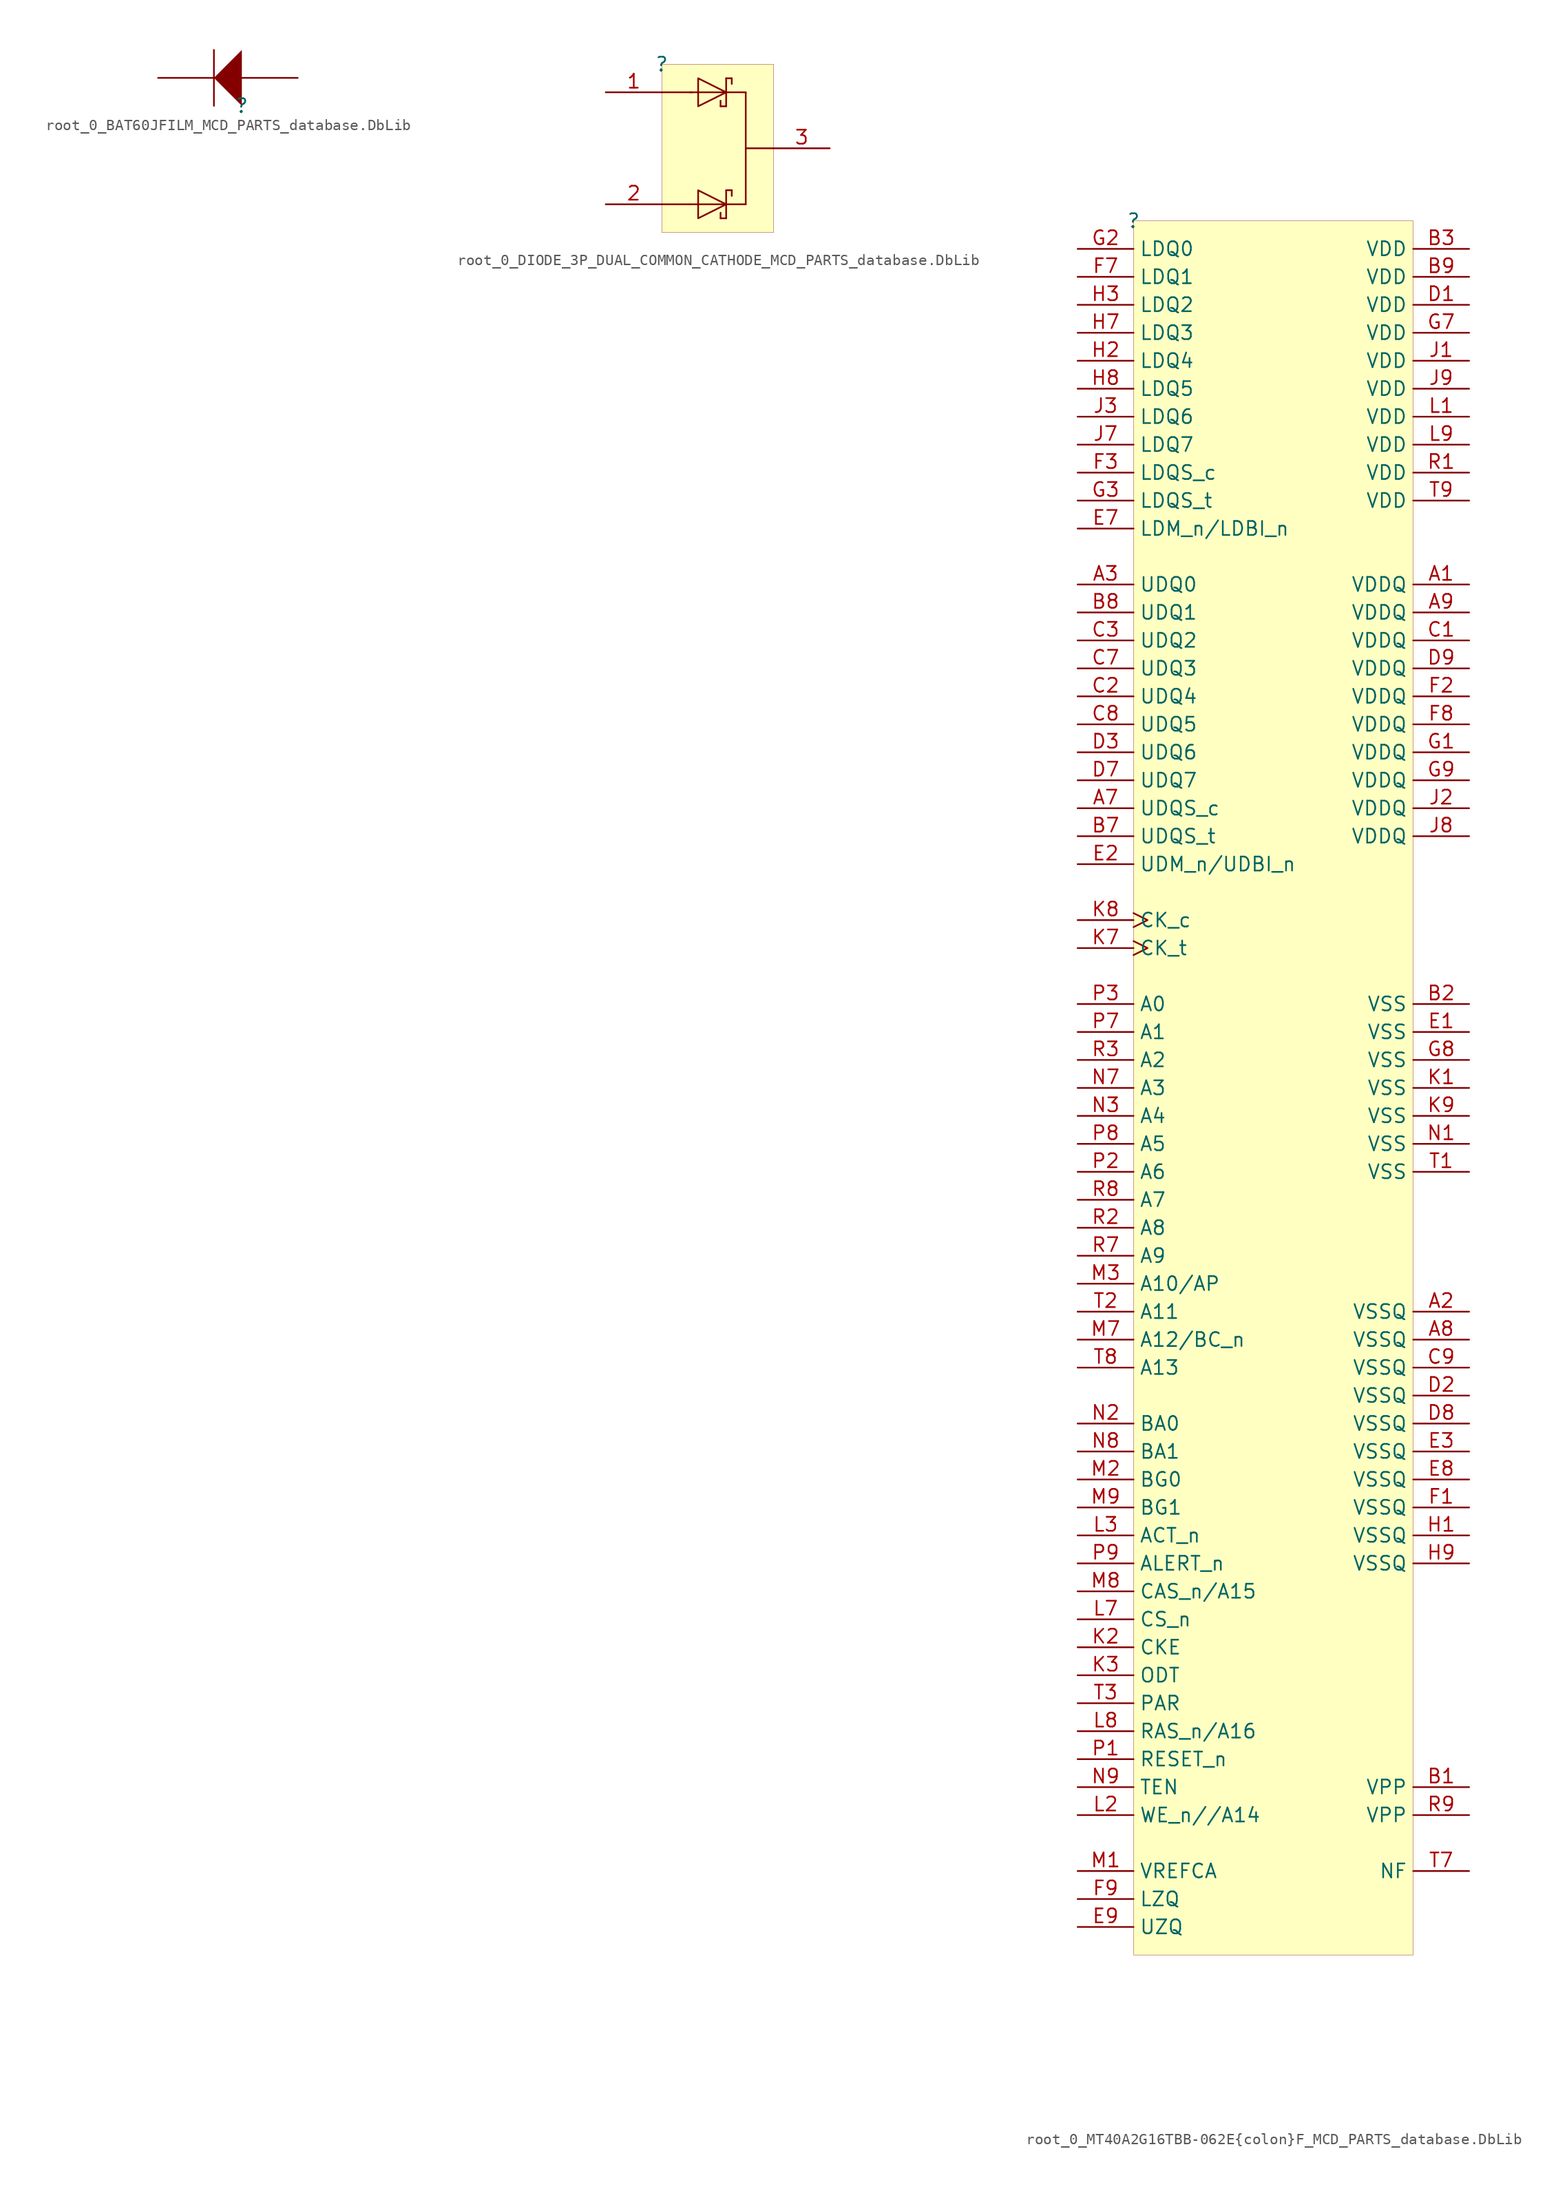
<source format=kicad_sym>
(kicad_symbol_lib
  (version 20241209)
  (generator "kicad_symbol_editor")
  (generator_version "9.0")
  (symbol "root_0_BAT60JFILM_MCD_PARTS_database.DbLib"
    (pin_numbers
      (hide yes))
    (pin_names
      (hide yes))
    (property "Reference" ""
      (at 0 0 0)
      (effects (font (size 1.27 1.27))))
    (property "Value" ""
      (at 0 0 0)
      (effects (font (size 1.27 1.27))))
    (symbol "root_0_BAT60JFILM_MCD_PARTS_database.DbLib_1_0"
      (polyline (pts (xy -2.54 0) (xy -2.54 5.08)) (stroke (width 0) (type solid)) (fill (type none)))
      (polyline (pts (xy 0 5.08) (xy -2.54 2.54) (xy 0 0) (xy 0 5.08)) (stroke (width -0.0001) (type solid)) (fill (type outline)))
      (pin passive line (at -7.62 2.54 0) (length 5.08) (name "K" (effects (font (size 1.27 1.27)))) (number "2" (effects (font (size 1.27 1.27)))))
      (pin passive line (at 5.08 2.54 180) (length 5.08) (name "A" (effects (font (size 1.27 1.27)))) (number "1" (effects (font (size 1.27 1.27)))))))
  (symbol "root_0_DIODE_3P_DUAL_COMMON_CATHODE_MCD_PARTS_database.DbLib"
    (pin_names
      (hide yes))
    (property "Reference" ""
      (at 0 0 0)
      (effects (font (size 1.27 1.27))))
    (property "Value" ""
      (at 0 0 0)
      (effects (font (size 1.27 1.27))))
    (symbol "root_0_DIODE_3P_DUAL_COMMON_CATHODE_MCD_PARTS_database.DbLib_1_0"
      (polyline (pts (xy 0 -2.54) (xy 2.794 -2.54)) (stroke (width 0) (type solid)) (fill (type none)))
      (polyline (pts (xy 0 -12.7) (xy 2.54 -12.7)) (stroke (width 0) (type solid)) (fill (type none)))
      (polyline (pts (xy 2.54 -2.54) (xy 7.62 -2.54)) (stroke (width 0) (type solid)) (fill (type none)))
      (polyline (pts (xy 3.302 -1.27) (xy 3.302 -1.27) (xy 3.302 -3.81) (xy 5.842 -2.54) (xy 3.302 -1.27) (xy 3.302 -1.27)) (stroke (width 0) (type solid)) (fill (type background)))
      (polyline (pts (xy 3.302 -11.43) (xy 3.302 -11.43) (xy 3.302 -13.97) (xy 5.842 -12.7) (xy 3.302 -11.43) (xy 3.302 -11.43)) (stroke (width 0) (type solid)) (fill (type background)))
      (polyline (pts (xy 5.334 -3.81) (xy 5.334 -3.302)) (stroke (width 0) (type solid)) (fill (type none)))
      (polyline (pts (xy 5.334 -3.81) (xy 5.842 -3.81)) (stroke (width 0) (type solid)) (fill (type none)))
      (polyline (pts (xy 5.334 -13.97) (xy 5.334 -13.462)) (stroke (width 0) (type solid)) (fill (type none)))
      (polyline (pts (xy 5.336 -13.97) (xy 5.854 -13.97)) (stroke (width 0) (type solid)) (fill (type none)))
      (polyline (pts (xy 5.842 -1.27) (xy 6.35 -1.27)) (stroke (width 0) (type solid)) (fill (type none)))
      (polyline (pts (xy 5.842 -3.81) (xy 5.842 -1.27)) (stroke (width 0) (type solid)) (fill (type none)))
      (polyline (pts (xy 5.842 -13.97) (xy 5.842 -11.43)) (stroke (width 0) (type solid)) (fill (type none)))
      (polyline (pts (xy 6.35 -1.778) (xy 6.35 -1.27)) (stroke (width 0) (type solid)) (fill (type none)))
      (polyline (pts (xy 6.35 -11.938) (xy 6.35 -11.43)) (stroke (width 0) (type solid)) (fill (type none)))
      (polyline (pts (xy 6.363 -11.423) (xy 5.846 -11.423)) (stroke (width 0) (type solid)) (fill (type none)))
      (polyline (pts (xy 7.62 -7.62) (xy 10.16 -7.62)) (stroke (width 0) (type solid)) (fill (type none)))
      (polyline (pts (xy 7.62 -12.7) (xy 2.54 -12.7)) (stroke (width 0) (type solid)) (fill (type none)))
      (polyline (pts (xy 7.62 -12.7) (xy 7.62 -2.54)) (stroke (width 0) (type solid)) (fill (type none)))
      (rectangle (start 10.16 0) (end 0 -15.24) (stroke (width 0.025) (type solid) (color 128 0 0 1)) (fill (type background)))
      (pin passive line (at -5.08 -2.54 0) (length 5.08) (name "1" (effects (font (size 1.27 1.27)))) (number "1" (effects (font (size 1.27 1.27)))))
      (pin passive line (at -5.08 -12.7 0) (length 5.08) (name "2" (effects (font (size 1.27 1.27)))) (number "2" (effects (font (size 1.27 1.27)))))
      (pin passive line (at 15.24 -7.62 180) (length 5.08) (name "3" (effects (font (size 1.27 1.27)))) (number "3" (effects (font (size 1.27 1.27)))))))
  (symbol "root_0_MT40A2G16TBB-062E{colon}F_MCD_PARTS_database.DbLib"
    (property "Reference" ""
      (at 0 0 0)
      (effects (font (size 1.27 1.27))))
    (property "Value" ""
      (at 0 0 0)
      (effects (font (size 1.27 1.27))))
    (symbol "root_0_MT40A2G16TBB-062E{colon}F_MCD_PARTS_database.DbLib_1_0"
      (rectangle (start 25.4 0) (end 0 -157.48) (stroke (width 0.025) (type solid) (color 128 0 0 1)) (fill (type background)))
      (pin bidirectional line (at -5.08 -2.54 0) (length 5.08) (name "LDQ0" (effects (font (size 1.27 1.27)))) (number "G2" (effects (font (size 1.27 1.27)))))
      (pin bidirectional line (at -5.08 -5.08 0) (length 5.08) (name "LDQ1" (effects (font (size 1.27 1.27)))) (number "F7" (effects (font (size 1.27 1.27)))))
      (pin bidirectional line (at -5.08 -7.62 0) (length 5.08) (name "LDQ2" (effects (font (size 1.27 1.27)))) (number "H3" (effects (font (size 1.27 1.27)))))
      (pin bidirectional line (at -5.08 -10.16 0) (length 5.08) (name "LDQ3" (effects (font (size 1.27 1.27)))) (number "H7" (effects (font (size 1.27 1.27)))))
      (pin bidirectional line (at -5.08 -12.7 0) (length 5.08) (name "LDQ4" (effects (font (size 1.27 1.27)))) (number "H2" (effects (font (size 1.27 1.27)))))
      (pin bidirectional line (at -5.08 -15.24 0) (length 5.08) (name "LDQ5" (effects (font (size 1.27 1.27)))) (number "H8" (effects (font (size 1.27 1.27)))))
      (pin bidirectional line (at -5.08 -17.78 0) (length 5.08) (name "LDQ6" (effects (font (size 1.27 1.27)))) (number "J3" (effects (font (size 1.27 1.27)))))
      (pin bidirectional line (at -5.08 -20.32 0) (length 5.08) (name "LDQ7" (effects (font (size 1.27 1.27)))) (number "J7" (effects (font (size 1.27 1.27)))))
      (pin bidirectional line (at -5.08 -22.86 0) (length 5.08) (name "LDQS_c" (effects (font (size 1.27 1.27)))) (number "F3" (effects (font (size 1.27 1.27)))))
      (pin bidirectional line (at -5.08 -25.4 0) (length 5.08) (name "LDQS_t" (effects (font (size 1.27 1.27)))) (number "G3" (effects (font (size 1.27 1.27)))))
      (pin input line (at -5.08 -27.94 0) (length 5.08) (name "LDM_n/LDBI_n" (effects (font (size 1.27 1.27)))) (number "E7" (effects (font (size 1.27 1.27)))))
      (pin bidirectional line (at -5.08 -33.02 0) (length 5.08) (name "UDQ0" (effects (font (size 1.27 1.27)))) (number "A3" (effects (font (size 1.27 1.27)))))
      (pin bidirectional line (at -5.08 -35.56 0) (length 5.08) (name "UDQ1" (effects (font (size 1.27 1.27)))) (number "B8" (effects (font (size 1.27 1.27)))))
      (pin bidirectional line (at -5.08 -38.1 0) (length 5.08) (name "UDQ2" (effects (font (size 1.27 1.27)))) (number "C3" (effects (font (size 1.27 1.27)))))
      (pin bidirectional line (at -5.08 -40.64 0) (length 5.08) (name "UDQ3" (effects (font (size 1.27 1.27)))) (number "C7" (effects (font (size 1.27 1.27)))))
      (pin bidirectional line (at -5.08 -43.18 0) (length 5.08) (name "UDQ4" (effects (font (size 1.27 1.27)))) (number "C2" (effects (font (size 1.27 1.27)))))
      (pin bidirectional line (at -5.08 -45.72 0) (length 5.08) (name "UDQ5" (effects (font (size 1.27 1.27)))) (number "C8" (effects (font (size 1.27 1.27)))))
      (pin bidirectional line (at -5.08 -48.26 0) (length 5.08) (name "UDQ6" (effects (font (size 1.27 1.27)))) (number "D3" (effects (font (size 1.27 1.27)))))
      (pin bidirectional line (at -5.08 -50.8 0) (length 5.08) (name "UDQ7" (effects (font (size 1.27 1.27)))) (number "D7" (effects (font (size 1.27 1.27)))))
      (pin bidirectional line (at -5.08 -53.34 0) (length 5.08) (name "UDQS_c" (effects (font (size 1.27 1.27)))) (number "A7" (effects (font (size 1.27 1.27)))))
      (pin bidirectional line (at -5.08 -55.88 0) (length 5.08) (name "UDQS_t" (effects (font (size 1.27 1.27)))) (number "B7" (effects (font (size 1.27 1.27)))))
      (pin input line (at -5.08 -58.42 0) (length 5.08) (name "UDM_n/UDBI_n" (effects (font (size 1.27 1.27)))) (number "E2" (effects (font (size 1.27 1.27)))))
      (pin input clock (at -5.08 -63.5 0) (length 5.08) (name "CK_c" (effects (font (size 1.27 1.27)))) (number "K8" (effects (font (size 1.27 1.27)))))
      (pin input clock (at -5.08 -66.04 0) (length 5.08) (name "CK_t" (effects (font (size 1.27 1.27)))) (number "K7" (effects (font (size 1.27 1.27)))))
      (pin input line (at -5.08 -71.12 0) (length 5.08) (name "A0" (effects (font (size 1.27 1.27)))) (number "P3" (effects (font (size 1.27 1.27)))))
      (pin input line (at -5.08 -73.66 0) (length 5.08) (name "A1" (effects (font (size 1.27 1.27)))) (number "P7" (effects (font (size 1.27 1.27)))))
      (pin input line (at -5.08 -76.2 0) (length 5.08) (name "A2" (effects (font (size 1.27 1.27)))) (number "R3" (effects (font (size 1.27 1.27)))))
      (pin input line (at -5.08 -78.74 0) (length 5.08) (name "A3" (effects (font (size 1.27 1.27)))) (number "N7" (effects (font (size 1.27 1.27)))))
      (pin input line (at -5.08 -81.28 0) (length 5.08) (name "A4" (effects (font (size 1.27 1.27)))) (number "N3" (effects (font (size 1.27 1.27)))))
      (pin input line (at -5.08 -83.82 0) (length 5.08) (name "A5" (effects (font (size 1.27 1.27)))) (number "P8" (effects (font (size 1.27 1.27)))))
      (pin input line (at -5.08 -86.36 0) (length 5.08) (name "A6" (effects (font (size 1.27 1.27)))) (number "P2" (effects (font (size 1.27 1.27)))))
      (pin input line (at -5.08 -88.9 0) (length 5.08) (name "A7" (effects (font (size 1.27 1.27)))) (number "R8" (effects (font (size 1.27 1.27)))))
      (pin input line (at -5.08 -91.44 0) (length 5.08) (name "A8" (effects (font (size 1.27 1.27)))) (number "R2" (effects (font (size 1.27 1.27)))))
      (pin input line (at -5.08 -93.98 0) (length 5.08) (name "A9" (effects (font (size 1.27 1.27)))) (number "R7" (effects (font (size 1.27 1.27)))))
      (pin input line (at -5.08 -96.52 0) (length 5.08) (name "A10/AP" (effects (font (size 1.27 1.27)))) (number "M3" (effects (font (size 1.27 1.27)))))
      (pin input line (at -5.08 -99.06 0) (length 5.08) (name "A11" (effects (font (size 1.27 1.27)))) (number "T2" (effects (font (size 1.27 1.27)))))
      (pin input line (at -5.08 -101.6 0) (length 5.08) (name "A12/BC_n" (effects (font (size 1.27 1.27)))) (number "M7" (effects (font (size 1.27 1.27)))))
      (pin input line (at -5.08 -104.14 0) (length 5.08) (name "A13" (effects (font (size 1.27 1.27)))) (number "T8" (effects (font (size 1.27 1.27)))))
      (pin input line (at -5.08 -109.22 0) (length 5.08) (name "BA0" (effects (font (size 1.27 1.27)))) (number "N2" (effects (font (size 1.27 1.27)))))
      (pin input line (at -5.08 -111.76 0) (length 5.08) (name "BA1" (effects (font (size 1.27 1.27)))) (number "N8" (effects (font (size 1.27 1.27)))))
      (pin input line (at -5.08 -114.3 0) (length 5.08) (name "BG0" (effects (font (size 1.27 1.27)))) (number "M2" (effects (font (size 1.27 1.27)))))
      (pin input line (at -5.08 -116.84 0) (length 5.08) (name "BG1" (effects (font (size 1.27 1.27)))) (number "M9" (effects (font (size 1.27 1.27)))))
      (pin input line (at -5.08 -119.38 0) (length 5.08) (name "ACT_n" (effects (font (size 1.27 1.27)))) (number "L3" (effects (font (size 1.27 1.27)))))
      (pin output line (at -5.08 -121.92 0) (length 5.08) (name "ALERT_n" (effects (font (size 1.27 1.27)))) (number "P9" (effects (font (size 1.27 1.27)))))
      (pin input line (at -5.08 -124.46 0) (length 5.08) (name "CAS_n/A15" (effects (font (size 1.27 1.27)))) (number "M8" (effects (font (size 1.27 1.27)))))
      (pin input line (at -5.08 -127 0) (length 5.08) (name "CS_n" (effects (font (size 1.27 1.27)))) (number "L7" (effects (font (size 1.27 1.27)))))
      (pin input line (at -5.08 -129.54 0) (length 5.08) (name "CKE" (effects (font (size 1.27 1.27)))) (number "K2" (effects (font (size 1.27 1.27)))))
      (pin input line (at -5.08 -132.08 0) (length 5.08) (name "ODT" (effects (font (size 1.27 1.27)))) (number "K3" (effects (font (size 1.27 1.27)))))
      (pin input line (at -5.08 -134.62 0) (length 5.08) (name "PAR" (effects (font (size 1.27 1.27)))) (number "T3" (effects (font (size 1.27 1.27)))))
      (pin input line (at -5.08 -137.16 0) (length 5.08) (name "RAS_n/A16" (effects (font (size 1.27 1.27)))) (number "L8" (effects (font (size 1.27 1.27)))))
      (pin input line (at -5.08 -139.7 0) (length 5.08) (name "RESET_n" (effects (font (size 1.27 1.27)))) (number "P1" (effects (font (size 1.27 1.27)))))
      (pin input line (at -5.08 -142.24 0) (length 5.08) (name "TEN" (effects (font (size 1.27 1.27)))) (number "N9" (effects (font (size 1.27 1.27)))))
      (pin input line (at -5.08 -144.78 0) (length 5.08) (name "WE_n//A14" (effects (font (size 1.27 1.27)))) (number "L2" (effects (font (size 1.27 1.27)))))
      (pin input line (at -5.08 -149.86 0) (length 5.08) (name "VREFCA" (effects (font (size 1.27 1.27)))) (number "M1" (effects (font (size 1.27 1.27)))))
      (pin input line (at -5.08 -152.4 0) (length 5.08) (name "LZQ" (effects (font (size 1.27 1.27)))) (number "F9" (effects (font (size 1.27 1.27)))))
      (pin input line (at -5.08 -154.94 0) (length 5.08) (name "UZQ" (effects (font (size 1.27 1.27)))) (number "E9" (effects (font (size 1.27 1.27)))))
      (pin power_in line (at 30.48 -2.54 180) (length 5.08) (name "VDD" (effects (font (size 1.27 1.27)))) (number "B3" (effects (font (size 1.27 1.27)))))
      (pin power_in line (at 30.48 -5.08 180) (length 5.08) (name "VDD" (effects (font (size 1.27 1.27)))) (number "B9" (effects (font (size 1.27 1.27)))))
      (pin power_in line (at 30.48 -7.62 180) (length 5.08) (name "VDD" (effects (font (size 1.27 1.27)))) (number "D1" (effects (font (size 1.27 1.27)))))
      (pin power_in line (at 30.48 -10.16 180) (length 5.08) (name "VDD" (effects (font (size 1.27 1.27)))) (number "G7" (effects (font (size 1.27 1.27)))))
      (pin power_in line (at 30.48 -12.7 180) (length 5.08) (name "VDD" (effects (font (size 1.27 1.27)))) (number "J1" (effects (font (size 1.27 1.27)))))
      (pin power_in line (at 30.48 -15.24 180) (length 5.08) (name "VDD" (effects (font (size 1.27 1.27)))) (number "J9" (effects (font (size 1.27 1.27)))))
      (pin power_in line (at 30.48 -17.78 180) (length 5.08) (name "VDD" (effects (font (size 1.27 1.27)))) (number "L1" (effects (font (size 1.27 1.27)))))
      (pin power_in line (at 30.48 -20.32 180) (length 5.08) (name "VDD" (effects (font (size 1.27 1.27)))) (number "L9" (effects (font (size 1.27 1.27)))))
      (pin power_in line (at 30.48 -22.86 180) (length 5.08) (name "VDD" (effects (font (size 1.27 1.27)))) (number "R1" (effects (font (size 1.27 1.27)))))
      (pin power_in line (at 30.48 -25.4 180) (length 5.08) (name "VDD" (effects (font (size 1.27 1.27)))) (number "T9" (effects (font (size 1.27 1.27)))))
      (pin power_in line (at 30.48 -33.02 180) (length 5.08) (name "VDDQ" (effects (font (size 1.27 1.27)))) (number "A1" (effects (font (size 1.27 1.27)))))
      (pin power_in line (at 30.48 -35.56 180) (length 5.08) (name "VDDQ" (effects (font (size 1.27 1.27)))) (number "A9" (effects (font (size 1.27 1.27)))))
      (pin power_in line (at 30.48 -38.1 180) (length 5.08) (name "VDDQ" (effects (font (size 1.27 1.27)))) (number "C1" (effects (font (size 1.27 1.27)))))
      (pin power_in line (at 30.48 -40.64 180) (length 5.08) (name "VDDQ" (effects (font (size 1.27 1.27)))) (number "D9" (effects (font (size 1.27 1.27)))))
      (pin power_in line (at 30.48 -43.18 180) (length 5.08) (name "VDDQ" (effects (font (size 1.27 1.27)))) (number "F2" (effects (font (size 1.27 1.27)))))
      (pin power_in line (at 30.48 -45.72 180) (length 5.08) (name "VDDQ" (effects (font (size 1.27 1.27)))) (number "F8" (effects (font (size 1.27 1.27)))))
      (pin power_in line (at 30.48 -48.26 180) (length 5.08) (name "VDDQ" (effects (font (size 1.27 1.27)))) (number "G1" (effects (font (size 1.27 1.27)))))
      (pin power_in line (at 30.48 -50.8 180) (length 5.08) (name "VDDQ" (effects (font (size 1.27 1.27)))) (number "G9" (effects (font (size 1.27 1.27)))))
      (pin power_in line (at 30.48 -53.34 180) (length 5.08) (name "VDDQ" (effects (font (size 1.27 1.27)))) (number "J2" (effects (font (size 1.27 1.27)))))
      (pin power_in line (at 30.48 -55.88 180) (length 5.08) (name "VDDQ" (effects (font (size 1.27 1.27)))) (number "J8" (effects (font (size 1.27 1.27)))))
      (pin power_in line (at 30.48 -71.12 180) (length 5.08) (name "VSS" (effects (font (size 1.27 1.27)))) (number "B2" (effects (font (size 1.27 1.27)))))
      (pin power_in line (at 30.48 -73.66 180) (length 5.08) (name "VSS" (effects (font (size 1.27 1.27)))) (number "E1" (effects (font (size 1.27 1.27)))))
      (pin power_in line (at 30.48 -76.2 180) (length 5.08) (name "VSS" (effects (font (size 1.27 1.27)))) (number "G8" (effects (font (size 1.27 1.27)))))
      (pin power_in line (at 30.48 -78.74 180) (length 5.08) (name "VSS" (effects (font (size 1.27 1.27)))) (number "K1" (effects (font (size 1.27 1.27)))))
      (pin power_in line (at 30.48 -81.28 180) (length 5.08) (name "VSS" (effects (font (size 1.27 1.27)))) (number "K9" (effects (font (size 1.27 1.27)))))
      (pin power_in line (at 30.48 -83.82 180) (length 5.08) (name "VSS" (effects (font (size 1.27 1.27)))) (number "N1" (effects (font (size 1.27 1.27)))))
      (pin power_in line (at 30.48 -86.36 180) (length 5.08) (name "VSS" (effects (font (size 1.27 1.27)))) (number "T1" (effects (font (size 1.27 1.27)))))
      (pin power_in line (at 30.48 -99.06 180) (length 5.08) (name "VSSQ" (effects (font (size 1.27 1.27)))) (number "A2" (effects (font (size 1.27 1.27)))))
      (pin power_in line (at 30.48 -101.6 180) (length 5.08) (name "VSSQ" (effects (font (size 1.27 1.27)))) (number "A8" (effects (font (size 1.27 1.27)))))
      (pin power_in line (at 30.48 -104.14 180) (length 5.08) (name "VSSQ" (effects (font (size 1.27 1.27)))) (number "C9" (effects (font (size 1.27 1.27)))))
      (pin power_in line (at 30.48 -106.68 180) (length 5.08) (name "VSSQ" (effects (font (size 1.27 1.27)))) (number "D2" (effects (font (size 1.27 1.27)))))
      (pin power_in line (at 30.48 -109.22 180) (length 5.08) (name "VSSQ" (effects (font (size 1.27 1.27)))) (number "D8" (effects (font (size 1.27 1.27)))))
      (pin power_in line (at 30.48 -111.76 180) (length 5.08) (name "VSSQ" (effects (font (size 1.27 1.27)))) (number "E3" (effects (font (size 1.27 1.27)))))
      (pin power_in line (at 30.48 -114.3 180) (length 5.08) (name "VSSQ" (effects (font (size 1.27 1.27)))) (number "E8" (effects (font (size 1.27 1.27)))))
      (pin power_in line (at 30.48 -116.84 180) (length 5.08) (name "VSSQ" (effects (font (size 1.27 1.27)))) (number "F1" (effects (font (size 1.27 1.27)))))
      (pin power_in line (at 30.48 -119.38 180) (length 5.08) (name "VSSQ" (effects (font (size 1.27 1.27)))) (number "H1" (effects (font (size 1.27 1.27)))))
      (pin power_in line (at 30.48 -121.92 180) (length 5.08) (name "VSSQ" (effects (font (size 1.27 1.27)))) (number "H9" (effects (font (size 1.27 1.27)))))
      (pin power_in line (at 30.48 -142.24 180) (length 5.08) (name "VPP" (effects (font (size 1.27 1.27)))) (number "B1" (effects (font (size 1.27 1.27)))))
      (pin power_in line (at 30.48 -144.78 180) (length 5.08) (name "VPP" (effects (font (size 1.27 1.27)))) (number "R9" (effects (font (size 1.27 1.27)))))
      (pin input line (at 30.48 -149.86 180) (length 5.08) (name "NF" (effects (font (size 1.27 1.27)))) (number "T7" (effects (font (size 1.27 1.27))))))))
</source>
